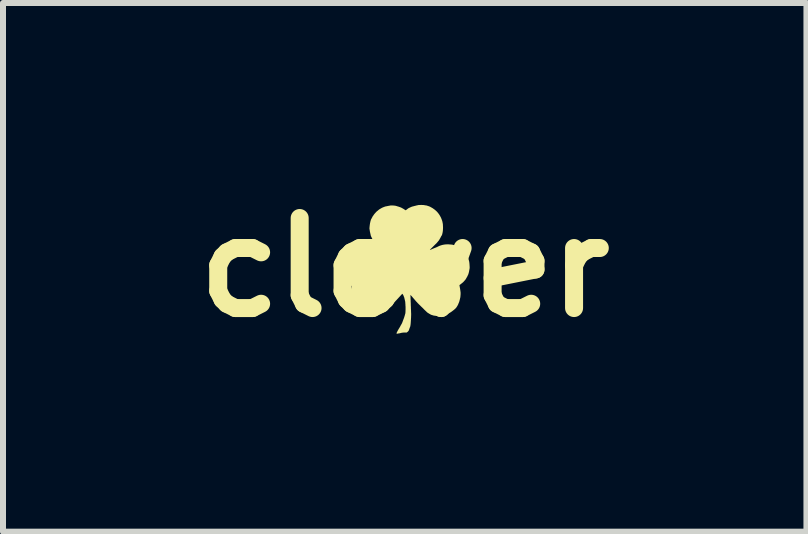
<source format=kicad_pcb>
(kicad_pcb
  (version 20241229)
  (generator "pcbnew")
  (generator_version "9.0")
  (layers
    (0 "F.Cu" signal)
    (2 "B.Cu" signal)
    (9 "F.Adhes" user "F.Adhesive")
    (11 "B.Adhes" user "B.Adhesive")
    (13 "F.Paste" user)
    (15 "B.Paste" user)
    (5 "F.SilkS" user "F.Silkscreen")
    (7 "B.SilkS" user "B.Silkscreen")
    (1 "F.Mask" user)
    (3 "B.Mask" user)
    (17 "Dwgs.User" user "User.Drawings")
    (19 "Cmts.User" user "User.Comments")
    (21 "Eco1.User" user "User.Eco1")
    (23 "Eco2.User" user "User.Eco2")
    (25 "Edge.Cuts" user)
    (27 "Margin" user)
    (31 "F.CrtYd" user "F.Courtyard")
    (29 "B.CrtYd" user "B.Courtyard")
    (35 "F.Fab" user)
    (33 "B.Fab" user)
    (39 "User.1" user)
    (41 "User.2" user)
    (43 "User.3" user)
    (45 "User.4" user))
  (footprint "clover"
    (layer "F.Cu")
    (at 3.693 1.404)
    (property "Reference" "clover" (at 0 0 0) (layer "F.SilkS") (effects (font (size 1.5 1.5) (thickness 0.3))))
    (attr board_only exclude_from_pos_files exclude_from_bom)
    (fp_poly (pts (xy 0.287 -1.039) (xy 0.3 -1.039) (xy 0.311 -1.038) (xy 0.32 -1.037) (xy 0.326 -1.036) (xy 0.334 -1.035) (xy 0.342 -1.033) (xy 0.35 -1.032) (xy 0.352 -1.032) (xy 0.359 -1.031) (xy 0.368 -1.029) (xy 0.374 -1.027) (xy 0.38 -1.025) (xy 0.388 -1.022) (xy 0.396 -1.02) (xy 0.398 -1.019) (xy 0.407 -1.016) (xy 0.414 -1.013) (xy 0.421 -1.01) (xy 0.426 -1.008) (xy 0.429 -1.006) (xy 0.43 -1.005) (xy 0.432 -1.004) (xy 0.435 -1.002) (xy 0.44 -0.999) (xy 0.445 -0.997) (xy 0.452 -0.993) (xy 0.458 -0.989) (xy 0.464 -0.986) (xy 0.466 -0.985) (xy 0.47 -0.982) (xy 0.476 -0.978) (xy 0.482 -0.973) (xy 0.486 -0.97) (xy 0.495 -0.964) (xy 0.502 -0.959) (xy 0.507 -0.954) (xy 0.512 -0.95) (xy 0.517 -0.946) (xy 0.521 -0.942) (xy 0.526 -0.937) (xy 0.532 -0.932) (xy 0.532 -0.932) (xy 0.537 -0.927) (xy 0.543 -0.92) (xy 0.55 -0.912) (xy 0.557 -0.903) (xy 0.565 -0.893) (xy 0.572 -0.883) (xy 0.578 -0.874) (xy 0.583 -0.866) (xy 0.586 -0.861) (xy 0.59 -0.854) (xy 0.594 -0.846) (xy 0.598 -0.839) (xy 0.599 -0.837) (xy 0.602 -0.832) (xy 0.604 -0.827) (xy 0.606 -0.824) (xy 0.606 -0.824) (xy 0.607 -0.82) (xy 0.608 -0.818) (xy 0.61 -0.815) (xy 0.61 -0.812) (xy 0.611 -0.809) (xy 0.612 -0.806) (xy 0.615 -0.8) (xy 0.617 -0.794) (xy 0.619 -0.79) (xy 0.619 -0.788) (xy 0.62 -0.786) (xy 0.621 -0.782) (xy 0.623 -0.778) (xy 0.625 -0.772) (xy 0.627 -0.763) (xy 0.629 -0.754) (xy 0.631 -0.744) (xy 0.633 -0.733) (xy 0.635 -0.723) (xy 0.636 -0.714) (xy 0.636 -0.709) (xy 0.637 -0.69) (xy 0.638 -0.671) (xy 0.638 -0.652) (xy 0.637 -0.633) (xy 0.636 -0.615) (xy 0.634 -0.598) (xy 0.632 -0.584) (xy 0.632 -0.584) (xy 0.63 -0.576) (xy 0.628 -0.568) (xy 0.627 -0.56) (xy 0.627 -0.56) (xy 0.625 -0.553) (xy 0.623 -0.546) (xy 0.62 -0.538) (xy 0.617 -0.532) (xy 0.614 -0.527) (xy 0.613 -0.526) (xy 0.612 -0.524) (xy 0.609 -0.52) (xy 0.606 -0.515) (xy 0.605 -0.512) (xy 0.598 -0.499) (xy 0.593 -0.489) (xy 0.589 -0.482) (xy 0.586 -0.477) (xy 0.584 -0.475) (xy 0.583 -0.472) (xy 0.581 -0.468) (xy 0.579 -0.465) (xy 0.576 -0.46) (xy 0.574 -0.455) (xy 0.572 -0.453) (xy 0.57 -0.45) (xy 0.569 -0.448) (xy 0.569 -0.448) (xy 0.568 -0.446) (xy 0.565 -0.444) (xy 0.562 -0.44) (xy 0.562 -0.439) (xy 0.558 -0.435) (xy 0.555 -0.432) (xy 0.554 -0.43) (xy 0.554 -0.43) (xy 0.553 -0.428) (xy 0.553 -0.428) (xy 0.551 -0.427) (xy 0.549 -0.424) (xy 0.545 -0.419) (xy 0.542 -0.416) (xy 0.537 -0.41) (xy 0.531 -0.403) (xy 0.524 -0.396) (xy 0.517 -0.389) (xy 0.514 -0.387) (xy 0.509 -0.382) (xy 0.502 -0.375) (xy 0.494 -0.367) (xy 0.485 -0.358) (xy 0.475 -0.348) (xy 0.465 -0.338) (xy 0.455 -0.328) (xy 0.455 -0.328) (xy 0.446 -0.319) (xy 0.437 -0.311) (xy 0.43 -0.303) (xy 0.423 -0.297) (xy 0.418 -0.292) (xy 0.414 -0.288) (xy 0.412 -0.287) (xy 0.412 -0.287) (xy 0.41 -0.286) (xy 0.41 -0.285) (xy 0.411 -0.285) (xy 0.414 -0.286) (xy 0.419 -0.288) (xy 0.419 -0.288) (xy 0.425 -0.291) (xy 0.432 -0.294) (xy 0.439 -0.297) (xy 0.44 -0.297) (xy 0.447 -0.3) (xy 0.453 -0.303) (xy 0.458 -0.305) (xy 0.459 -0.306) (xy 0.464 -0.308) (xy 0.471 -0.311) (xy 0.473 -0.311) (xy 0.478 -0.314) (xy 0.484 -0.316) (xy 0.486 -0.317) (xy 0.49 -0.319) (xy 0.493 -0.32) (xy 0.493 -0.32) (xy 0.496 -0.321) (xy 0.5 -0.323) (xy 0.507 -0.325) (xy 0.514 -0.328) (xy 0.522 -0.332) (xy 0.523 -0.332) (xy 0.528 -0.334) (xy 0.533 -0.336) (xy 0.536 -0.337) (xy 0.54 -0.338) (xy 0.542 -0.339) (xy 0.542 -0.34) (xy 0.543 -0.341) (xy 0.547 -0.343) (xy 0.549 -0.344) (xy 0.554 -0.346) (xy 0.559 -0.348) (xy 0.56 -0.349) (xy 0.566 -0.352) (xy 0.574 -0.356) (xy 0.583 -0.359) (xy 0.593 -0.363) (xy 0.604 -0.366) (xy 0.613 -0.369) (xy 0.622 -0.372) (xy 0.623 -0.372) (xy 0.636 -0.375) (xy 0.647 -0.377) (xy 0.657 -0.379) (xy 0.665 -0.38) (xy 0.674 -0.381) (xy 0.683 -0.382) (xy 0.692 -0.382) (xy 0.701 -0.383) (xy 0.709 -0.383) (xy 0.716 -0.383) (xy 0.724 -0.383) (xy 0.732 -0.383) (xy 0.741 -0.382) (xy 0.753 -0.381) (xy 0.757 -0.381) (xy 0.769 -0.38) (xy 0.779 -0.379) (xy 0.788 -0.378) (xy 0.795 -0.377) (xy 0.803 -0.375) (xy 0.81 -0.373) (xy 0.819 -0.371) (xy 0.83 -0.368) (xy 0.834 -0.367) (xy 0.839 -0.365) (xy 0.845 -0.363) (xy 0.853 -0.36) (xy 0.862 -0.356) (xy 0.871 -0.352) (xy 0.879 -0.347) (xy 0.888 -0.343) (xy 0.895 -0.34) (xy 0.901 -0.336) (xy 0.905 -0.334) (xy 0.906 -0.333) (xy 0.909 -0.331) (xy 0.913 -0.329) (xy 0.913 -0.329) (xy 0.916 -0.328) (xy 0.917 -0.326) (xy 0.917 -0.326) (xy 0.918 -0.325) (xy 0.921 -0.323) (xy 0.922 -0.323) (xy 0.925 -0.322) (xy 0.926 -0.321) (xy 0.926 -0.321) (xy 0.927 -0.319) (xy 0.93 -0.318) (xy 0.931 -0.317) (xy 0.934 -0.316) (xy 0.937 -0.314) (xy 0.941 -0.311) (xy 0.945 -0.307) (xy 0.951 -0.302) (xy 0.956 -0.297) (xy 0.965 -0.289) (xy 0.973 -0.28) (xy 0.982 -0.272) (xy 0.99 -0.263) (xy 0.997 -0.255) (xy 1.003 -0.248) (xy 1.008 -0.243) (xy 1.01 -0.24) (xy 1.019 -0.227) (xy 1.026 -0.216) (xy 1.031 -0.21) (xy 1.033 -0.206) (xy 1.037 -0.2) (xy 1.04 -0.193) (xy 1.044 -0.186) (xy 1.048 -0.178) (xy 1.051 -0.171) (xy 1.054 -0.165) (xy 1.055 -0.163) (xy 1.056 -0.158) (xy 1.058 -0.152) (xy 1.06 -0.146) (xy 1.06 -0.146) (xy 1.063 -0.136) (xy 1.065 -0.129) (xy 1.066 -0.125) (xy 1.067 -0.121) (xy 1.068 -0.119) (xy 1.068 -0.117) (xy 1.069 -0.116) (xy 1.072 -0.105) (xy 1.075 -0.091) (xy 1.077 -0.074) (xy 1.079 -0.055) (xy 1.08 -0.033) (xy 1.081 -0.026) (xy 1.082 0.011) (xy 1.078 0.035) (xy 1.076 0.045) (xy 1.074 0.057) (xy 1.072 0.069) (xy 1.069 0.081) (xy 1.068 0.087) (xy 1.065 0.097) (xy 1.063 0.104) (xy 1.061 0.111) (xy 1.059 0.117) (xy 1.056 0.124) (xy 1.052 0.132) (xy 1.048 0.14) (xy 1.044 0.149) (xy 1.04 0.157) (xy 1.036 0.164) (xy 1.033 0.169) (xy 1.031 0.172) (xy 1.031 0.172) (xy 1.028 0.177) (xy 1.025 0.183) (xy 1.024 0.185) (xy 1.019 0.194) (xy 1.014 0.201) (xy 1.011 0.205) (xy 1.01 0.206) (xy 1.008 0.209) (xy 1.007 0.211) (xy 1.007 0.211) (xy 1.006 0.212) (xy 1.003 0.215) (xy 1.002 0.216) (xy 0.999 0.219) (xy 0.997 0.221) (xy 0.997 0.222) (xy 0.996 0.223) (xy 0.993 0.226) (xy 0.99 0.23) (xy 0.986 0.234) (xy 0.982 0.238) (xy 0.979 0.242) (xy 0.977 0.244) (xy 0.976 0.244) (xy 0.975 0.246) (xy 0.972 0.249) (xy 0.968 0.252) (xy 0.962 0.257) (xy 0.955 0.263) (xy 0.947 0.269) (xy 0.94 0.275) (xy 0.933 0.281) (xy 0.927 0.285) (xy 0.925 0.286) (xy 0.919 0.29) (xy 0.915 0.294) (xy 0.913 0.297) (xy 0.912 0.299) (xy 0.912 0.302) (xy 0.914 0.311) (xy 0.916 0.322) (xy 0.918 0.335) (xy 0.921 0.349) (xy 0.923 0.362) (xy 0.925 0.375) (xy 0.926 0.383) (xy 0.928 0.395) (xy 0.929 0.405) (xy 0.93 0.413) (xy 0.931 0.42) (xy 0.931 0.426) (xy 0.931 0.432) (xy 0.931 0.439) (xy 0.931 0.448) (xy 0.93 0.458) (xy 0.93 0.462) (xy 0.929 0.473) (xy 0.928 0.482) (xy 0.928 0.489) (xy 0.927 0.496) (xy 0.926 0.503) (xy 0.924 0.509) (xy 0.922 0.518) (xy 0.92 0.528) (xy 0.919 0.533) (xy 0.915 0.546) (xy 0.913 0.556) (xy 0.911 0.564) (xy 0.909 0.57) (xy 0.907 0.575) (xy 0.906 0.579) (xy 0.904 0.583) (xy 0.903 0.586) (xy 0.903 0.587) (xy 0.901 0.59) (xy 0.9 0.594) (xy 0.9 0.594) (xy 0.899 0.596) (xy 0.897 0.6) (xy 0.896 0.603) (xy 0.894 0.607) (xy 0.892 0.611) (xy 0.892 0.612) (xy 0.892 0.614) (xy 0.89 0.618) (xy 0.887 0.624) (xy 0.884 0.63) (xy 0.88 0.637) (xy 0.877 0.643) (xy 0.874 0.648) (xy 0.873 0.649) (xy 0.87 0.654) (xy 0.867 0.658) (xy 0.866 0.66) (xy 0.858 0.672) (xy 0.85 0.681) (xy 0.847 0.684) (xy 0.842 0.689) (xy 0.837 0.694) (xy 0.832 0.698) (xy 0.827 0.702) (xy 0.822 0.707) (xy 0.816 0.712) (xy 0.809 0.717) (xy 0.806 0.719) (xy 0.801 0.723) (xy 0.797 0.726) (xy 0.795 0.728) (xy 0.794 0.728) (xy 0.79 0.732) (xy 0.786 0.734) (xy 0.784 0.736) (xy 0.783 0.736) (xy 0.78 0.739) (xy 0.779 0.74) (xy 0.775 0.742) (xy 0.771 0.746) (xy 0.765 0.749) (xy 0.758 0.753) (xy 0.752 0.757) (xy 0.747 0.76) (xy 0.745 0.761) (xy 0.741 0.763) (xy 0.74 0.764) (xy 0.739 0.764) (xy 0.738 0.765) (xy 0.735 0.767) (xy 0.729 0.77) (xy 0.723 0.773) (xy 0.715 0.777) (xy 0.708 0.78) (xy 0.7 0.784) (xy 0.693 0.787) (xy 0.687 0.79) (xy 0.684 0.791) (xy 0.677 0.794) (xy 0.67 0.797) (xy 0.664 0.799) (xy 0.663 0.8) (xy 0.657 0.802) (xy 0.648 0.805) (xy 0.637 0.807) (xy 0.632 0.808) (xy 0.624 0.809) (xy 0.618 0.81) (xy 0.612 0.811) (xy 0.606 0.811) (xy 0.6 0.811) (xy 0.592 0.811) (xy 0.582 0.811) (xy 0.578 0.811) (xy 0.56 0.81) (xy 0.543 0.809) (xy 0.527 0.808) (xy 0.513 0.807) (xy 0.501 0.806) (xy 0.491 0.805) (xy 0.483 0.803) (xy 0.48 0.803) (xy 0.467 0.799) (xy 0.456 0.795) (xy 0.448 0.793) (xy 0.445 0.792) (xy 0.441 0.791) (xy 0.435 0.788) (xy 0.429 0.785) (xy 0.426 0.783) (xy 0.42 0.779) (xy 0.414 0.776) (xy 0.41 0.774) (xy 0.409 0.773) (xy 0.405 0.771) (xy 0.401 0.768) (xy 0.401 0.768) (xy 0.397 0.765) (xy 0.392 0.763) (xy 0.392 0.763) (xy 0.388 0.761) (xy 0.387 0.76) (xy 0.387 0.76) (xy 0.385 0.758) (xy 0.382 0.757) (xy 0.382 0.757) (xy 0.379 0.755) (xy 0.379 0.754) (xy 0.379 0.754) (xy 0.378 0.753) (xy 0.378 0.753) (xy 0.376 0.752) (xy 0.373 0.749) (xy 0.368 0.745) (xy 0.363 0.74) (xy 0.363 0.74) (xy 0.358 0.735) (xy 0.354 0.731) (xy 0.351 0.728) (xy 0.35 0.727) (xy 0.35 0.727) (xy 0.348 0.726) (xy 0.345 0.723) (xy 0.34 0.718) (xy 0.334 0.712) (xy 0.325 0.704) (xy 0.316 0.694) (xy 0.305 0.683) (xy 0.293 0.671) (xy 0.279 0.658) (xy 0.265 0.644) (xy 0.25 0.629) (xy 0.234 0.614) (xy 0.229 0.608) (xy 0.22 0.6) (xy 0.212 0.591) (xy 0.205 0.583) (xy 0.198 0.576) (xy 0.193 0.571) (xy 0.19 0.567) (xy 0.185 0.562) (xy 0.182 0.558) (xy 0.179 0.554) (xy 0.178 0.553) (xy 0.176 0.551) (xy 0.173 0.548) (xy 0.171 0.546) (xy 0.168 0.543) (xy 0.166 0.54) (xy 0.166 0.54) (xy 0.165 0.538) (xy 0.162 0.535) (xy 0.159 0.53) (xy 0.158 0.53) (xy 0.154 0.525) (xy 0.149 0.52) (xy 0.143 0.513) (xy 0.137 0.506) (xy 0.134 0.503) (xy 0.129 0.496) (xy 0.123 0.489) (xy 0.118 0.484) (xy 0.114 0.479) (xy 0.113 0.478) (xy 0.108 0.473) (xy 0.104 0.468) (xy 0.102 0.466) (xy 0.1 0.462) (xy 0.097 0.46) (xy 0.097 0.46) (xy 0.096 0.461) (xy 0.096 0.464) (xy 0.096 0.47) (xy 0.096 0.478) (xy 0.096 0.485) (xy 0.096 0.49) (xy 0.097 0.498) (xy 0.097 0.509) (xy 0.097 0.521) (xy 0.098 0.535) (xy 0.099 0.551) (xy 0.099 0.568) (xy 0.1 0.586) (xy 0.101 0.605) (xy 0.101 0.624) (xy 0.101 0.628) (xy 0.102 0.647) (xy 0.103 0.665) (xy 0.103 0.683) (xy 0.104 0.7) (xy 0.105 0.716) (xy 0.105 0.73) (xy 0.106 0.742) (xy 0.106 0.752) (xy 0.106 0.76) (xy 0.107 0.766) (xy 0.107 0.767) (xy 0.107 0.775) (xy 0.107 0.786) (xy 0.107 0.798) (xy 0.106 0.813) (xy 0.106 0.829) (xy 0.105 0.845) (xy 0.104 0.862) (xy 0.103 0.879) (xy 0.102 0.895) (xy 0.101 0.911) (xy 0.1 0.925) (xy 0.099 0.938) (xy 0.098 0.948) (xy 0.098 0.95) (xy 0.096 0.962) (xy 0.095 0.97) (xy 0.094 0.977) (xy 0.093 0.983) (xy 0.091 0.987) (xy 0.09 0.991) (xy 0.089 0.994) (xy 0.087 0.999) (xy 0.084 1.005) (xy 0.081 1.013) (xy 0.078 1.021) (xy 0.076 1.029) (xy 0.073 1.036) (xy 0.071 1.042) (xy 0.07 1.045) (xy 0.069 1.046) (xy 0.067 1.054) (xy 0.061 1.061) (xy 0.054 1.07) (xy 0.047 1.075) (xy 0.034 1.086) (xy 0.005 1.086) (xy -0.009 1.086) (xy -0.021 1.087) (xy -0.031 1.088) (xy -0.04 1.089) (xy -0.049 1.09) (xy -0.059 1.093) (xy -0.06 1.093) (xy -0.09 1.1) (xy -0.105 1.102) (xy -0.111 1.103) (xy -0.115 1.104) (xy -0.118 1.105) (xy -0.124 1.106) (xy -0.128 1.106) (xy -0.13 1.106) (xy -0.132 1.106) (xy -0.133 1.104) (xy -0.134 1.104) (xy -0.136 1.101) (xy -0.137 1.097) (xy -0.136 1.095) (xy -0.134 1.09) (xy -0.131 1.084) (xy -0.128 1.077) (xy -0.124 1.07) (xy -0.12 1.062) (xy -0.117 1.055) (xy -0.113 1.05) (xy -0.111 1.046) (xy -0.109 1.042) (xy -0.107 1.038) (xy -0.106 1.037) (xy -0.105 1.034) (xy -0.104 1.033) (xy -0.103 1.032) (xy -0.101 1.029) (xy -0.101 1.027) (xy -0.099 1.024) (xy -0.097 1.022) (xy -0.097 1.022) (xy -0.096 1.02) (xy -0.094 1.017) (xy -0.093 1.016) (xy -0.091 1.012) (xy -0.089 1.009) (xy -0.089 1.008) (xy -0.087 1.005) (xy -0.084 1) (xy -0.08 0.994) (xy -0.076 0.986) (xy -0.071 0.978) (xy -0.067 0.969) (xy -0.067 0.969) (xy -0.064 0.963) (xy -0.061 0.958) (xy -0.059 0.955) (xy -0.058 0.954) (xy -0.057 0.953) (xy -0.055 0.949) (xy -0.053 0.944) (xy -0.049 0.938) (xy -0.046 0.932) (xy -0.043 0.925) (xy -0.041 0.92) (xy -0.039 0.916) (xy -0.039 0.915) (xy -0.037 0.91) (xy -0.035 0.904) (xy -0.034 0.902) (xy -0.033 0.897) (xy -0.031 0.892) (xy -0.03 0.891) (xy -0.028 0.887) (xy -0.028 0.884) (xy -0.027 0.881) (xy -0.027 0.88) (xy -0.025 0.878) (xy -0.024 0.874) (xy -0.024 0.874) (xy -0.023 0.871) (xy -0.021 0.865) (xy -0.018 0.859) (xy -0.018 0.857) (xy -0.015 0.851) (xy -0.013 0.845) (xy -0.012 0.841) (xy -0.012 0.84) (xy -0.01 0.837) (xy -0.009 0.834) (xy -0.008 0.832) (xy -0.007 0.828) (xy -0.007 0.828) (xy -0.006 0.825) (xy -0.006 0.823) (xy -0.005 0.82) (xy -0.003 0.815) (xy -0.002 0.809) (xy 0.001 0.802) (xy 0.003 0.794) (xy 0.005 0.786) (xy 0.007 0.779) (xy 0.009 0.773) (xy 0.01 0.767) (xy 0.011 0.761) (xy 0.012 0.754) (xy 0.012 0.745) (xy 0.013 0.735) (xy 0.013 0.723) (xy 0.013 0.72) (xy 0.014 0.708) (xy 0.014 0.697) (xy 0.014 0.688) (xy 0.014 0.679) (xy 0.014 0.669) (xy 0.014 0.659) (xy 0.013 0.648) (xy 0.012 0.635) (xy 0.012 0.625) (xy 0.011 0.611) (xy 0.01 0.6) (xy 0.01 0.591) (xy 0.009 0.583) (xy 0.008 0.577) (xy 0.008 0.571) (xy 0.007 0.566) (xy 0.006 0.561) (xy 0.004 0.555) (xy 0.003 0.548) (xy 0.002 0.547) (xy -0.000011 0.537) (xy -0.002 0.527) (xy -0.005 0.518) (xy -0.006 0.51) (xy -0.007 0.506) (xy -0.01 0.498) (xy -0.014 0.488) (xy -0.018 0.477) (xy -0.023 0.466) (xy -0.028 0.457) (xy -0.033 0.449) (xy -0.035 0.447) (xy -0.04 0.44) (xy -0.046 0.446) (xy -0.051 0.452) (xy -0.059 0.46) (xy -0.069 0.471) (xy -0.081 0.484) (xy -0.094 0.499) (xy -0.095 0.499) (xy -0.102 0.507) (xy -0.109 0.515) (xy -0.116 0.522) (xy -0.121 0.528) (xy -0.126 0.533) (xy -0.127 0.534) (xy -0.132 0.54) (xy -0.138 0.546) (xy -0.144 0.553) (xy -0.146 0.554) (xy -0.151 0.56) (xy -0.156 0.565) (xy -0.16 0.57) (xy -0.161 0.571) (xy -0.165 0.575) (xy -0.167 0.577) (xy -0.168 0.579) (xy -0.169 0.58) (xy -0.171 0.583) (xy -0.174 0.586) (xy -0.179 0.59) (xy -0.184 0.594) (xy -0.19 0.599) (xy -0.192 0.601) (xy -0.197 0.605) (xy -0.201 0.609) (xy -0.204 0.612) (xy -0.205 0.613) (xy -0.208 0.615) (xy -0.211 0.619) (xy -0.212 0.62) (xy -0.216 0.623) (xy -0.221 0.627) (xy -0.225 0.632) (xy -0.226 0.632) (xy -0.231 0.637) (xy -0.237 0.642) (xy -0.242 0.647) (xy -0.248 0.651) (xy -0.253 0.656) (xy -0.256 0.659) (xy -0.261 0.663) (xy -0.266 0.668) (xy -0.27 0.671) (xy -0.274 0.675) (xy -0.279 0.679) (xy -0.281 0.681) (xy -0.285 0.684) (xy -0.29 0.689) (xy -0.291 0.69) (xy -0.296 0.693) (xy -0.301 0.698) (xy -0.304 0.701) (xy -0.314 0.71) (xy -0.324 0.719) (xy -0.33 0.724) (xy -0.335 0.728) (xy -0.34 0.732) (xy -0.342 0.734) (xy -0.35 0.741) (xy -0.357 0.747) (xy -0.363 0.752) (xy -0.369 0.756) (xy -0.375 0.759) (xy -0.381 0.763) (xy -0.384 0.764) (xy -0.391 0.768) (xy -0.397 0.77) (xy -0.401 0.772) (xy -0.403 0.773) (xy -0.404 0.773) (xy -0.406 0.774) (xy -0.41 0.775) (xy -0.414 0.777) (xy -0.42 0.78) (xy -0.427 0.782) (xy -0.431 0.783) (xy -0.435 0.785) (xy -0.439 0.786) (xy -0.44 0.786) (xy -0.443 0.788) (xy -0.448 0.789) (xy -0.456 0.791) (xy -0.464 0.792) (xy -0.474 0.794) (xy -0.485 0.795) (xy -0.496 0.797) (xy -0.497 0.797) (xy -0.505 0.798) (xy -0.513 0.799) (xy -0.519 0.799) (xy -0.525 0.799) (xy -0.531 0.799) (xy -0.538 0.799) (xy -0.547 0.798) (xy -0.558 0.798) (xy -0.558 0.797) (xy -0.57 0.797) (xy -0.578 0.796) (xy -0.585 0.795) (xy -0.591 0.795) (xy -0.596 0.794) (xy -0.6 0.792) (xy -0.605 0.791) (xy -0.609 0.79) (xy -0.622 0.786) (xy -0.633 0.782) (xy -0.641 0.779) (xy -0.648 0.777) (xy -0.653 0.775) (xy -0.657 0.774) (xy -0.66 0.772) (xy -0.663 0.771) (xy -0.665 0.77) (xy -0.67 0.768) (xy -0.673 0.766) (xy -0.675 0.766) (xy -0.677 0.765) (xy -0.68 0.764) (xy -0.685 0.761) (xy -0.687 0.761) (xy -0.692 0.758) (xy -0.696 0.757) (xy -0.699 0.756) (xy -0.699 0.756) (xy -0.702 0.755) (xy -0.706 0.753) (xy -0.712 0.749) (xy -0.718 0.745) (xy -0.722 0.743) (xy -0.73 0.738) (xy -0.738 0.732) (xy -0.746 0.727) (xy -0.752 0.723) (xy -0.757 0.72) (xy -0.76 0.718) (xy -0.76 0.718) (xy -0.767 0.713) (xy -0.774 0.708) (xy -0.78 0.703) (xy -0.785 0.698) (xy -0.79 0.693) (xy -0.794 0.69) (xy -0.796 0.687) (xy -0.797 0.686) (xy -0.798 0.685) (xy -0.8 0.682) (xy -0.804 0.678) (xy -0.808 0.674) (xy -0.813 0.67) (xy -0.817 0.665) (xy -0.819 0.662) (xy -0.82 0.661) (xy -0.822 0.657) (xy -0.824 0.654) (xy -0.826 0.651) (xy -0.829 0.646) (xy -0.833 0.641) (xy -0.833 0.639) (xy -0.838 0.632) (xy -0.842 0.625) (xy -0.847 0.618) (xy -0.847 0.617) (xy -0.851 0.611) (xy -0.854 0.605) (xy -0.857 0.6) (xy -0.857 0.599) (xy -0.859 0.594) (xy -0.862 0.587) (xy -0.865 0.581) (xy -0.865 0.581) (xy -0.868 0.576) (xy -0.869 0.572) (xy -0.87 0.569) (xy -0.87 0.569) (xy -0.871 0.567) (xy -0.872 0.563) (xy -0.875 0.558) (xy -0.876 0.556) (xy -0.879 0.548) (xy -0.882 0.541) (xy -0.884 0.533) (xy -0.884 0.533) (xy -0.885 0.527) (xy -0.887 0.519) (xy -0.889 0.511) (xy -0.889 0.509) (xy -0.892 0.498) (xy -0.893 0.489) (xy -0.895 0.482) (xy -0.896 0.476) (xy -0.896 0.471) (xy -0.896 0.465) (xy -0.896 0.459) (xy -0.896 0.452) (xy -0.896 0.442) (xy -0.895 0.422) (xy -0.895 0.404) (xy -0.894 0.388) (xy -0.893 0.375) (xy -0.892 0.364) (xy -0.891 0.355) (xy -0.89 0.351) (xy -0.887 0.339) (xy -0.886 0.33) (xy -0.884 0.324) (xy -0.883 0.319) (xy -0.883 0.315) (xy -0.883 0.313) (xy -0.883 0.312) (xy -0.884 0.311) (xy -0.885 0.311) (xy -0.885 0.31) (xy -0.888 0.309) (xy -0.89 0.308) (xy -0.894 0.305) (xy -0.899 0.302) (xy -0.904 0.299) (xy -0.909 0.295) (xy -0.913 0.293) (xy -0.915 0.291) (xy -0.915 0.291) (xy -0.92 0.289) (xy -0.926 0.285) (xy -0.933 0.28) (xy -0.94 0.274) (xy -0.948 0.267) (xy -0.95 0.264) (xy -0.961 0.254) (xy -0.97 0.246) (xy -0.977 0.238) (xy -0.983 0.233) (xy -0.987 0.228) (xy -0.991 0.223) (xy -0.994 0.22) (xy -0.997 0.216) (xy -0.998 0.214) (xy -1.003 0.208) (xy -1.007 0.201) (xy -1.011 0.196) (xy -1.012 0.195) (xy -1.018 0.186) (xy -1.023 0.178) (xy -1.028 0.171) (xy -1.032 0.164) (xy -1.036 0.156) (xy -1.041 0.146) (xy -1.045 0.139) (xy -1.051 0.126) (xy -1.056 0.115) (xy -1.059 0.107) (xy -1.062 0.1) (xy -1.062 0.099) (xy -1.063 0.093) (xy -1.065 0.086) (xy -1.067 0.078) (xy -1.068 0.072) (xy -1.07 0.064) (xy -1.071 0.057) (xy -1.073 0.05) (xy -1.074 0.046) (xy -1.074 0.042) (xy -1.075 0.036) (xy -1.076 0.028) (xy -1.077 0.018) (xy -1.078 0.008) (xy -1.078 0.000414) (xy -1.079 -0.011) (xy -1.08 -0.021) (xy -1.08 -0.028) (xy -1.08 -0.034) (xy -1.08 -0.039) (xy -1.079 -0.044) (xy -1.079 -0.049) (xy -1.078 -0.052) (xy -1.077 -0.061) (xy -1.076 -0.071) (xy -1.075 -0.08) (xy -1.074 -0.087) (xy -1.073 -0.093) (xy -1.072 -0.098) (xy -1.071 -0.103) (xy -1.07 -0.108) (xy -1.068 -0.114) (xy -1.065 -0.121) (xy -1.062 -0.13) (xy -1.059 -0.136) (xy -1.058 -0.139) (xy -1.058 -0.141) (xy -1.058 -0.141) (xy -1.057 -0.143) (xy -1.056 -0.147) (xy -1.054 -0.151) (xy -1.052 -0.156) (xy -1.051 -0.159) (xy -1.051 -0.159) (xy -1.05 -0.162) (xy -1.05 -0.163) (xy -1.049 -0.165) (xy -1.047 -0.169) (xy -1.044 -0.175) (xy -1.041 -0.182) (xy -1.037 -0.191) (xy -1.033 -0.197) (xy -1.026 -0.212) (xy -1.019 -0.225) (xy -1.013 -0.235) (xy -1.008 -0.242) (xy -1.004 -0.247) (xy -1.003 -0.248) (xy -1.002 -0.249) (xy -0.999 -0.253) (xy -0.995 -0.258) (xy -0.991 -0.263) (xy -0.986 -0.27) (xy -0.982 -0.275) (xy -0.979 -0.279) (xy -0.975 -0.282) (xy -0.971 -0.286) (xy -0.966 -0.29) (xy -0.964 -0.291) (xy -0.96 -0.295) (xy -0.956 -0.298) (xy -0.954 -0.3) (xy -0.954 -0.3) (xy -0.953 -0.301) (xy -0.952 -0.301) (xy -0.95 -0.302) (xy -0.948 -0.304) (xy -0.946 -0.306) (xy -0.942 -0.309) (xy -0.937 -0.313) (xy -0.934 -0.316) (xy -0.929 -0.32) (xy -0.925 -0.323) (xy -0.922 -0.326) (xy -0.922 -0.326) (xy -0.92 -0.328) (xy -0.918 -0.329) (xy -0.915 -0.33) (xy -0.914 -0.331) (xy -0.913 -0.332) (xy -0.908 -0.334) (xy -0.902 -0.338) (xy -0.893 -0.343) (xy -0.882 -0.349) (xy -0.868 -0.355) (xy -0.862 -0.359) (xy -0.856 -0.362) (xy -0.851 -0.364) (xy -0.846 -0.366) (xy -0.841 -0.368) (xy -0.835 -0.37) (xy -0.828 -0.372) (xy -0.819 -0.374) (xy -0.808 -0.377) (xy -0.806 -0.378) (xy -0.79 -0.381) (xy -0.774 -0.385) (xy -0.76 -0.387) (xy -0.746 -0.389) (xy -0.731 -0.39) (xy -0.714 -0.391) (xy -0.696 -0.391) (xy -0.689 -0.391) (xy -0.658 -0.391) (xy -0.629 -0.384) (xy -0.616 -0.38) (xy -0.606 -0.377) (xy -0.596 -0.374) (xy -0.586 -0.371) (xy -0.575 -0.367) (xy -0.567 -0.364) (xy -0.562 -0.362) (xy -0.557 -0.36) (xy -0.556 -0.36) (xy -0.552 -0.359) (xy -0.548 -0.357) (xy -0.543 -0.355) (xy -0.536 -0.352) (xy -0.532 -0.351) (xy -0.529 -0.35) (xy -0.529 -0.35) (xy -0.527 -0.349) (xy -0.523 -0.347) (xy -0.517 -0.345) (xy -0.513 -0.342) (xy -0.507 -0.339) (xy -0.502 -0.337) (xy -0.498 -0.336) (xy -0.496 -0.335) (xy -0.494 -0.334) (xy -0.49 -0.333) (xy -0.485 -0.33) (xy -0.482 -0.329) (xy -0.476 -0.326) (xy -0.472 -0.323) (xy -0.469 -0.322) (xy -0.468 -0.322) (xy -0.466 -0.321) (xy -0.462 -0.32) (xy -0.457 -0.317) (xy -0.452 -0.315) (xy -0.444 -0.312) (xy -0.435 -0.307) (xy -0.426 -0.303) (xy -0.421 -0.301) (xy -0.413 -0.297) (xy -0.403 -0.293) (xy -0.394 -0.289) (xy -0.39 -0.286) (xy -0.384 -0.284) (xy -0.378 -0.281) (xy -0.375 -0.28) (xy -0.373 -0.279) (xy -0.373 -0.279) (xy -0.373 -0.28) (xy -0.374 -0.281) (xy -0.375 -0.282) (xy -0.377 -0.285) (xy -0.381 -0.288) (xy -0.385 -0.292) (xy -0.39 -0.298) (xy -0.397 -0.305) (xy -0.405 -0.313) (xy -0.415 -0.323) (xy -0.426 -0.335) (xy -0.44 -0.348) (xy -0.445 -0.354) (xy -0.454 -0.363) (xy -0.462 -0.371) (xy -0.469 -0.378) (xy -0.475 -0.384) (xy -0.479 -0.389) (xy -0.482 -0.392) (xy -0.484 -0.393) (xy -0.484 -0.393) (xy -0.484 -0.395) (xy -0.487 -0.398) (xy -0.49 -0.402) (xy -0.493 -0.407) (xy -0.497 -0.412) (xy -0.5 -0.416) (xy -0.503 -0.419) (xy -0.504 -0.421) (xy -0.514 -0.434) (xy -0.523 -0.445) (xy -0.53 -0.457) (xy -0.538 -0.47) (xy -0.545 -0.485) (xy -0.548 -0.491) (xy -0.554 -0.502) (xy -0.558 -0.511) (xy -0.561 -0.518) (xy -0.564 -0.524) (xy -0.565 -0.53) (xy -0.567 -0.534) (xy -0.568 -0.542) (xy -0.57 -0.551) (xy -0.572 -0.558) (xy -0.573 -0.564) (xy -0.574 -0.57) (xy -0.575 -0.574) (xy -0.575 -0.574) (xy -0.576 -0.578) (xy -0.577 -0.58) (xy -0.577 -0.58) (xy -0.577 -0.582) (xy -0.578 -0.587) (xy -0.58 -0.594) (xy -0.581 -0.604) (xy -0.583 -0.616) (xy -0.585 -0.63) (xy -0.586 -0.633) (xy -0.587 -0.639) (xy -0.587 -0.644) (xy -0.588 -0.649) (xy -0.588 -0.654) (xy -0.587 -0.66) (xy -0.586 -0.668) (xy -0.586 -0.675) (xy -0.584 -0.688) (xy -0.583 -0.701) (xy -0.581 -0.715) (xy -0.579 -0.728) (xy -0.577 -0.74) (xy -0.574 -0.751) (xy -0.572 -0.76) (xy -0.572 -0.763) (xy -0.57 -0.77) (xy -0.568 -0.777) (xy -0.566 -0.783) (xy -0.563 -0.794) (xy -0.557 -0.806) (xy -0.552 -0.814) (xy -0.55 -0.818) (xy -0.547 -0.824) (xy -0.543 -0.831) (xy -0.542 -0.833) (xy -0.539 -0.839) (xy -0.537 -0.844) (xy -0.535 -0.848) (xy -0.534 -0.849) (xy -0.531 -0.852) (xy -0.53 -0.854) (xy -0.528 -0.856) (xy -0.525 -0.861) (xy -0.521 -0.867) (xy -0.516 -0.874) (xy -0.511 -0.882) (xy -0.511 -0.882) (xy -0.508 -0.885) (xy -0.505 -0.889) (xy -0.5 -0.895) (xy -0.494 -0.902) (xy -0.488 -0.908) (xy -0.483 -0.914) (xy -0.478 -0.92) (xy -0.475 -0.922) (xy -0.472 -0.926) (xy -0.468 -0.93) (xy -0.463 -0.933) (xy -0.46 -0.937) (xy -0.457 -0.939) (xy -0.456 -0.939) (xy -0.454 -0.94) (xy -0.451 -0.943) (xy -0.448 -0.946) (xy -0.447 -0.947) (xy -0.435 -0.957) (xy -0.423 -0.966) (xy -0.415 -0.971) (xy -0.409 -0.974) (xy -0.404 -0.977) (xy -0.4 -0.98) (xy -0.394 -0.983) (xy -0.387 -0.987) (xy -0.38 -0.991) (xy -0.372 -0.995) (xy -0.365 -0.998) (xy -0.361 -1) (xy -0.356 -1.001) (xy -0.35 -1.004) (xy -0.343 -1.007) (xy -0.341 -1.007) (xy -0.334 -1.01) (xy -0.325 -1.013) (xy -0.317 -1.015) (xy -0.314 -1.016) (xy -0.306 -1.017) (xy -0.296 -1.019) (xy -0.288 -1.021) (xy -0.285 -1.021) (xy -0.276 -1.023) (xy -0.266 -1.025) (xy -0.254 -1.027) (xy -0.243 -1.029) (xy -0.234 -1.031) (xy -0.234 -1.031) (xy -0.231 -1.031) (xy -0.225 -1.031) (xy -0.218 -1.031) (xy -0.209 -1.031) (xy -0.2 -1.031) (xy -0.198 -1.03) (xy -0.183 -1.03) (xy -0.171 -1.028) (xy -0.159 -1.027) (xy -0.148 -1.024) (xy -0.136 -1.021) (xy -0.123 -1.017) (xy -0.115 -1.014) (xy -0.106 -1.012) (xy -0.097 -1.009) (xy -0.089 -1.006) (xy -0.085 -1.005) (xy -0.077 -1.002) (xy -0.069 -0.999) (xy -0.062 -0.996) (xy -0.055 -0.993) (xy -0.05 -0.99) (xy -0.047 -0.988) (xy -0.045 -0.987) (xy -0.041 -0.985) (xy -0.035 -0.982) (xy -0.034 -0.981) (xy -0.028 -0.978) (xy -0.023 -0.975) (xy -0.02 -0.973) (xy -0.019 -0.973) (xy -0.013 -0.968) (xy -0.007 -0.965) (xy -0.003 -0.962) (xy -0.000439 -0.961) (xy -0.000368 -0.961) (xy 0.001 -0.96) (xy 0.001 -0.96) (xy 0.003 -0.958) (xy 0.006 -0.957) (xy 0.007 -0.956) (xy 0.011 -0.954) (xy 0.013 -0.953) (xy 0.013 -0.952) (xy 0.014 -0.951) (xy 0.017 -0.951) (xy 0.019 -0.952) (xy 0.02 -0.952) (xy 0.021 -0.954) (xy 0.024 -0.956) (xy 0.029 -0.96) (xy 0.035 -0.964) (xy 0.038 -0.966) (xy 0.044 -0.971) (xy 0.049 -0.975) (xy 0.054 -0.979) (xy 0.056 -0.981) (xy 0.057 -0.981) (xy 0.058 -0.982) (xy 0.062 -0.984) (xy 0.067 -0.987) (xy 0.073 -0.99) (xy 0.079 -0.993) (xy 0.084 -0.995) (xy 0.088 -0.997) (xy 0.09 -0.998) (xy 0.09 -0.998) (xy 0.092 -0.999) (xy 0.096 -1) (xy 0.101 -1.003) (xy 0.103 -1.004) (xy 0.109 -1.006) (xy 0.115 -1.009) (xy 0.12 -1.011) (xy 0.121 -1.011) (xy 0.125 -1.012) (xy 0.131 -1.014) (xy 0.138 -1.016) (xy 0.141 -1.016) (xy 0.154 -1.02) (xy 0.166 -1.023) (xy 0.179 -1.026) (xy 0.194 -1.03) (xy 0.194 -1.03) (xy 0.202 -1.032) (xy 0.211 -1.034) (xy 0.219 -1.035) (xy 0.223 -1.036) (xy 0.23 -1.038) (xy 0.239 -1.038) (xy 0.25 -1.039) (xy 0.262 -1.039) (xy 0.275 -1.04)) (stroke (width 0) (type solid)) (fill yes) (layer "F.SilkS")))
  (gr_rect
    (start -3 -3)
    (end 10.386 5.808)
    (stroke (width 0.1) (type default))
    (fill no)
    (layer "Edge.Cuts")))
</source>
